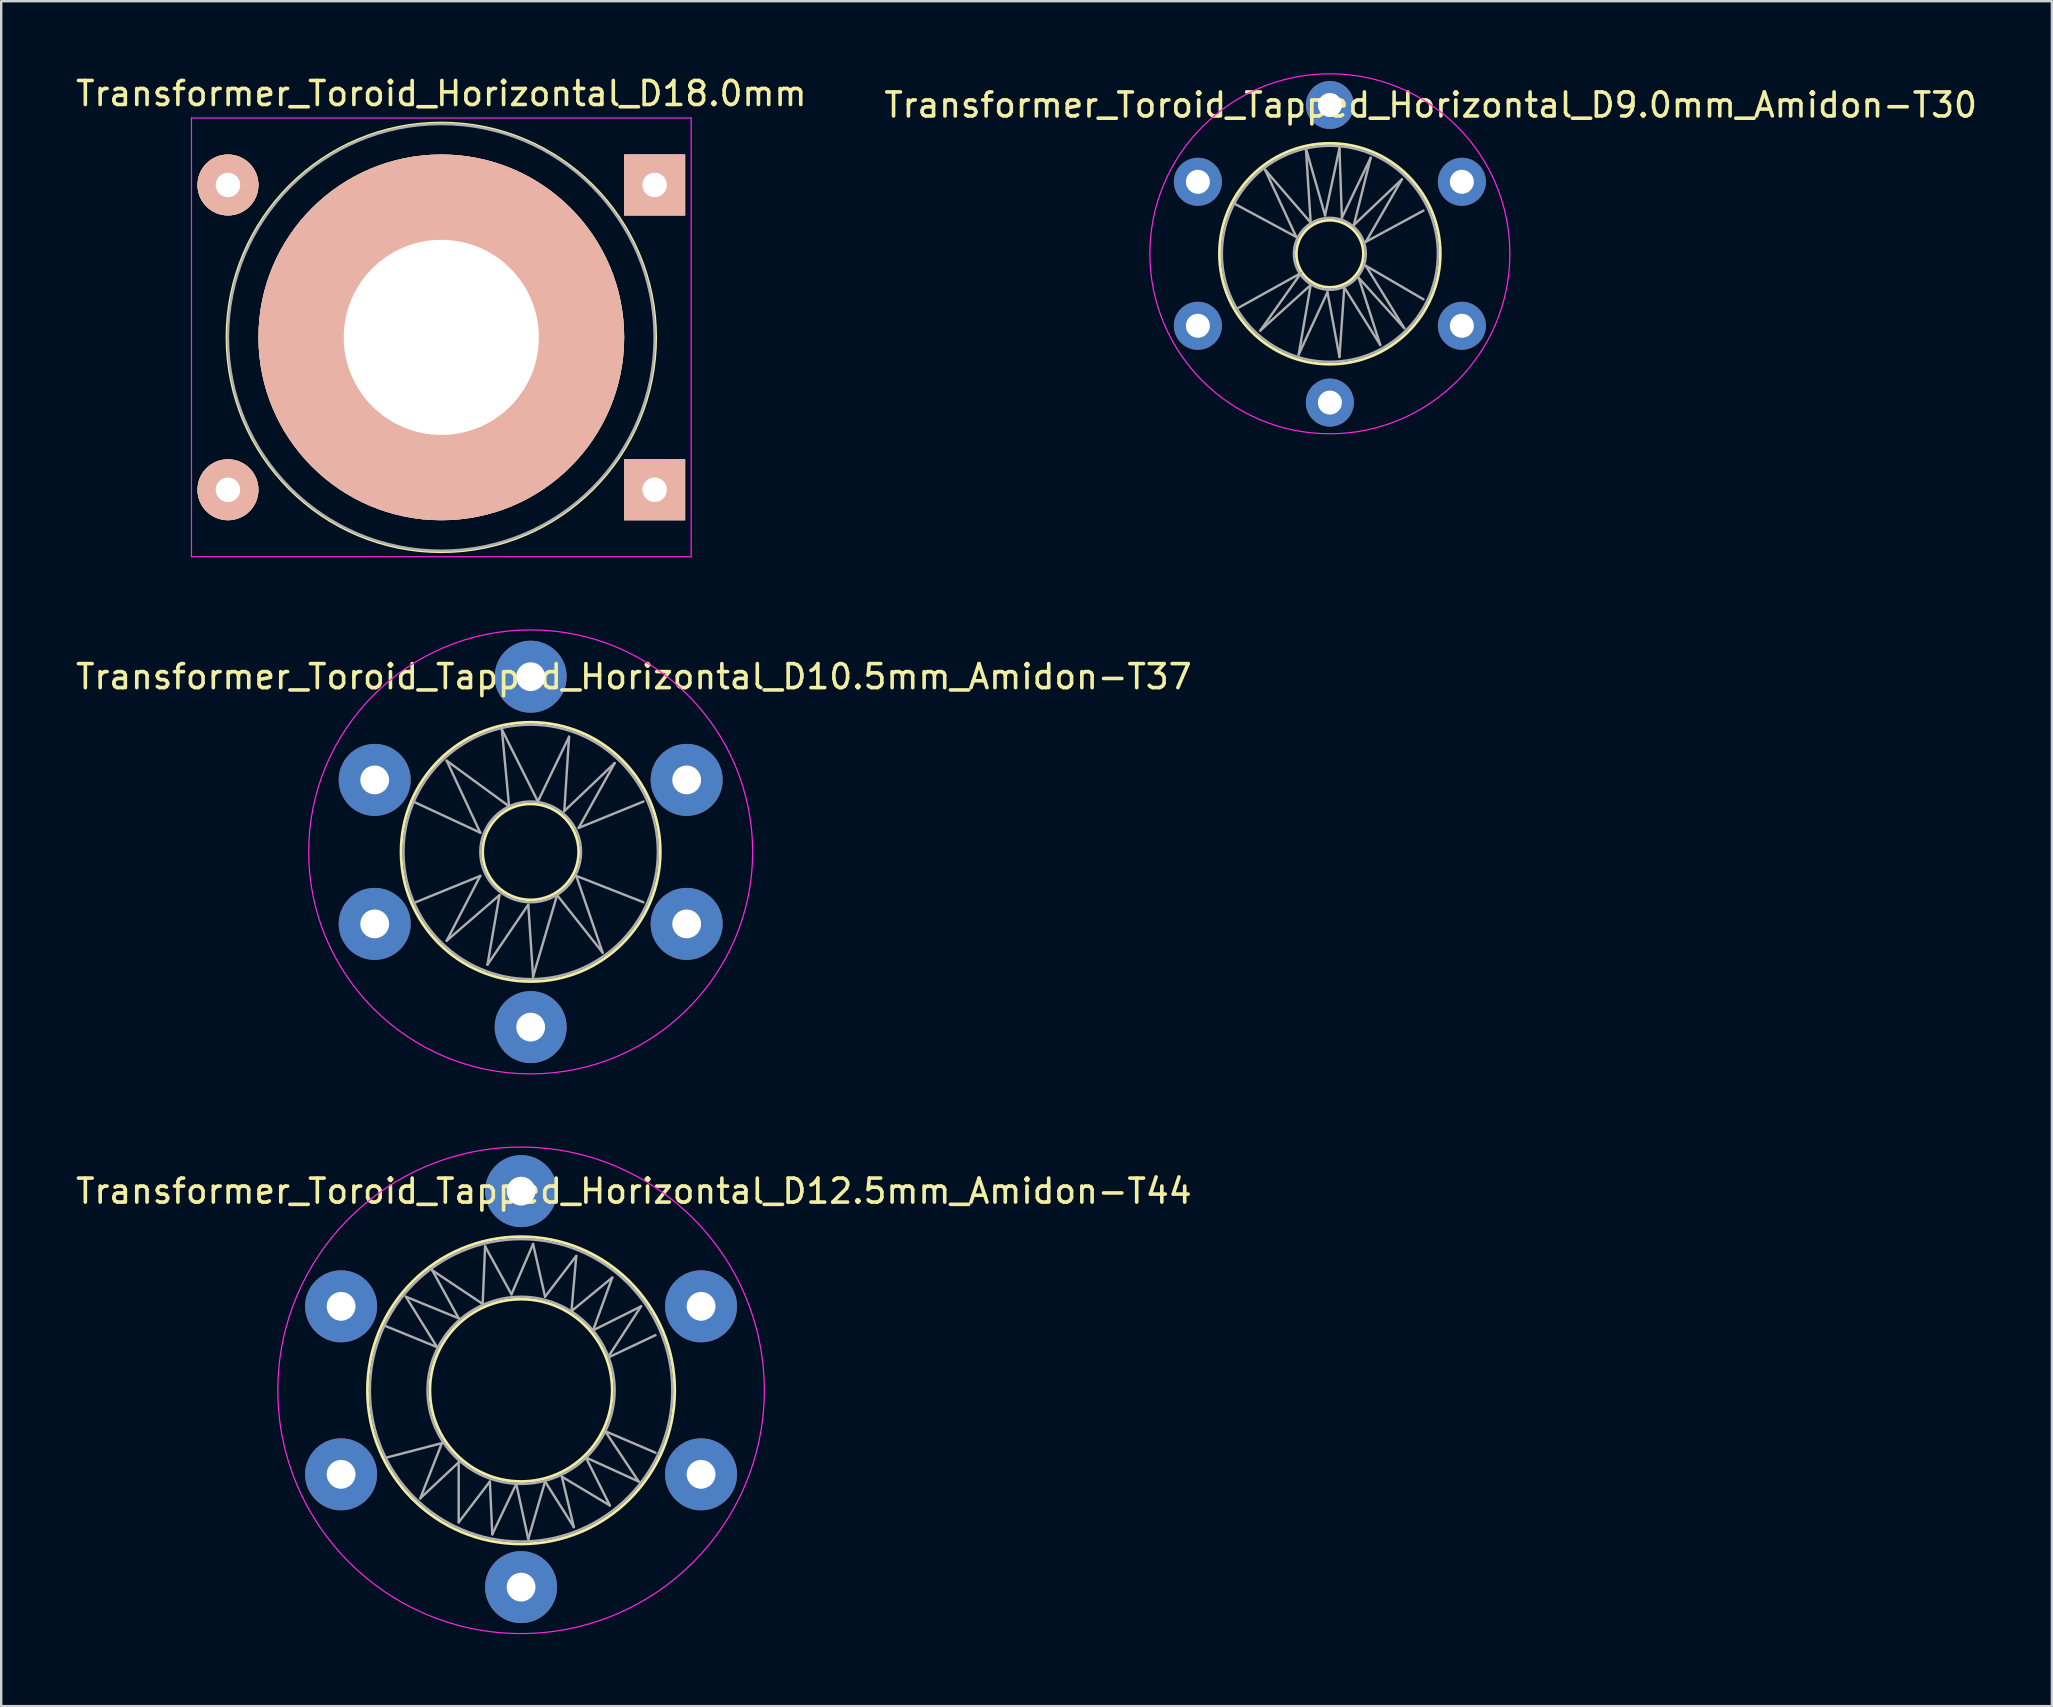
<source format=kicad_pcb>
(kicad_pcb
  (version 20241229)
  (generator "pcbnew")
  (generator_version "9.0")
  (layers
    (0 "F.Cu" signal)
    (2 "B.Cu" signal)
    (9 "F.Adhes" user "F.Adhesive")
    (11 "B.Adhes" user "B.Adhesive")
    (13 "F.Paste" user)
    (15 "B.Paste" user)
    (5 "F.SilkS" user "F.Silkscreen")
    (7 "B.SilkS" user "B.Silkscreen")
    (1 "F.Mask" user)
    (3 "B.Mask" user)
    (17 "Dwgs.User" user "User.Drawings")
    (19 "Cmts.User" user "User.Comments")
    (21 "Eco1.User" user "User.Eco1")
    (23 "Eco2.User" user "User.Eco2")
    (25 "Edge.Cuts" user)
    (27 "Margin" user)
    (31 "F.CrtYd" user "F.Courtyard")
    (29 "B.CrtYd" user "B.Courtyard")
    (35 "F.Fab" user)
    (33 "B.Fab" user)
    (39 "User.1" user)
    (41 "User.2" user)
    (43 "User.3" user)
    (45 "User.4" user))
  (footprint "Transformer_Toroid_Tapped_Horizontal_D9.0mm_Amidon-T30"
    (layer "F.Cu")
    (at 46.865 10.525)
    (property "Reference" "Transformer_Toroid_Tapped_Horizontal_D9.0mm_Amidon-T30" (at 9.7 -9.2 0) (layer "F.SilkS") (effects (font (size 1 1) (thickness 0.15))))
    (attr through_hole)
    (fp_circle (center 5.5 -3) (end 5.5 -7.6) (stroke (width 0.12) (type solid)) (fill no) (layer "F.SilkS"))
    (fp_circle (center 5.5 -3) (end 5.5 -4.4) (stroke (width 0.12) (type solid)) (fill no) (layer "F.SilkS"))
    (fp_circle (center 5.5 -3) (end 5.5 4.5) (stroke (width 0.05) (type solid)) (fill no) (layer "F.CrtYd"))
    (fp_line (start 1.5 -5.1) (end 4.1 -3.7) (stroke (width 0.1) (type solid)) (layer "F.Fab"))
    (fp_line (start 1.6 -0.7) (end 4.3 -2.2) (stroke (width 0.1) (type solid)) (layer "F.Fab"))
    (fp_line (start 2.6 0.2) (end 4.7 -1.7) (stroke (width 0.1) (type solid)) (layer "F.Fab"))
    (fp_line (start 2.8 -6.5) (end 4.7 -4.3) (stroke (width 0.1) (type solid)) (layer "F.Fab"))
    (fp_line (start 4.1 -3.7) (end 2.8 -6.5) (stroke (width 0.1) (type solid)) (layer "F.Fab"))
    (fp_line (start 4.2 1.2) (end 5.4 -1.4) (stroke (width 0.1) (type solid)) (layer "F.Fab"))
    (fp_line (start 4.3 -2.2) (end 2.6 0.2) (stroke (width 0.1) (type solid)) (layer "F.Fab"))
    (fp_line (start 4.5 -7.4) (end 5.3 -4.6) (stroke (width 0.1) (type solid)) (layer "F.Fab"))
    (fp_line (start 4.7 -4.3) (end 4.5 -7.4) (stroke (width 0.1) (type solid)) (layer "F.Fab"))
    (fp_line (start 4.7 -1.7) (end 4.2 1.2) (stroke (width 0.1) (type solid)) (layer "F.Fab"))
    (fp_line (start 5.3 -4.6) (end 5.9 -7.4) (stroke (width 0.1) (type solid)) (layer "F.Fab"))
    (fp_line (start 5.4 -1.4) (end 5.9 1.3) (stroke (width 0.1) (type solid)) (layer "F.Fab"))
    (fp_line (start 5.9 -7.4) (end 6 -4.5) (stroke (width 0.1) (type solid)) (layer "F.Fab"))
    (fp_line (start 5.9 1.3) (end 6.1 -1.6) (stroke (width 0.1) (type solid)) (layer "F.Fab"))
    (fp_line (start 6 -4.5) (end 7.2 -7) (stroke (width 0.1) (type solid)) (layer "F.Fab"))
    (fp_line (start 6.1 -1.6) (end 7.6 0.8) (stroke (width 0.1) (type solid)) (layer "F.Fab"))
    (fp_line (start 6.5 -4.2) (end 8.5 -6.1) (stroke (width 0.1) (type solid)) (layer "F.Fab"))
    (fp_line (start 6.7 -2) (end 8.6 0.1) (stroke (width 0.1) (type solid)) (layer "F.Fab"))
    (fp_line (start 7 -3.5) (end 9.4 -4.8) (stroke (width 0.1) (type solid)) (layer "F.Fab"))
    (fp_line (start 7 -2.5) (end 9.4 -1.1) (stroke (width 0.1) (type solid)) (layer "F.Fab"))
    (fp_line (start 7.2 -7) (end 6.5 -4.2) (stroke (width 0.1) (type solid)) (layer "F.Fab"))
    (fp_line (start 7.6 0.8) (end 6.7 -2) (stroke (width 0.1) (type solid)) (layer "F.Fab"))
    (fp_line (start 8.5 -6.1) (end 7 -3.5) (stroke (width 0.1) (type solid)) (layer "F.Fab"))
    (fp_line (start 8.6 0.1) (end 7 -2.5) (stroke (width 0.1) (type solid)) (layer "F.Fab"))
    (fp_circle (center 5.5 -3) (end 7 -3) (stroke (width 0.1) (type solid)) (fill no) (layer "F.Fab"))
    (fp_circle (center 5.5 -3) (end 10 -3) (stroke (width 0.1) (type solid)) (fill no) (layer "F.Fab"))
    (pad "1" thru_hole circle (at 0 0) (size 2 2) (drill 1) (layers "*.Cu" "*.Mask"))
    (pad "2" thru_hole circle (at 5.5 3.2) (size 2 2) (drill 1) (layers "*.Cu" "*.Mask"))
    (pad "3" thru_hole circle (at 11 0) (size 2 2) (drill 1) (layers "*.Cu" "*.Mask"))
    (pad "4" thru_hole circle (at 0 -6) (size 2 2) (drill 1) (layers "*.Cu" "*.Mask"))
    (pad "5" thru_hole circle (at 5.5 -9.2) (size 2 2) (drill 1) (layers "*.Cu" "*.Mask"))
    (pad "6" thru_hole circle (at 11 -6) (size 2 2) (drill 1) (layers "*.Cu" "*.Mask")))
  (footprint "Transformer_Toroid_Horizontal_D18.0mm"
    (layer "F.Cu")
    (at 6.449 4.658)
    (property "Reference" "Transformer_Toroid_Horizontal_D18.0mm" (at 8.89 -3.81 0) (layer "F.SilkS") (effects (font (size 1 1) (thickness 0.15))))
    (attr through_hole)
    (fp_circle (center 8.89 6.35) (end 17.49 8.75) (stroke (width 0.12) (type solid)) (fill no) (layer "F.SilkS"))
    (fp_line (start -1.52 -2.79) (end -1.52 15.49) (stroke (width 0.05) (type solid)) (layer "F.CrtYd"))
    (fp_line (start -1.52 -2.79) (end 19.3 -2.79) (stroke (width 0.05) (type solid)) (layer "F.CrtYd"))
    (fp_line (start 19.3 15.49) (end -1.52 15.49) (stroke (width 0.05) (type solid)) (layer "F.CrtYd"))
    (fp_line (start 19.3 15.49) (end 19.3 -2.79) (stroke (width 0.05) (type solid)) (layer "F.CrtYd"))
    (fp_circle (center 8.89 6.35) (end 17.78 6.35) (stroke (width 0.1) (type solid)) (fill no) (layer "F.Fab"))
    (pad "" thru_hole circle (at 8.89 6.35) (size 15.24 15.24) (drill 8.13) (layers "*.Cu" "*.SilkS" "*.Mask"))
    (pad "1" thru_hole circle (at 0 0) (size 2.54 2.54) (drill 1.02) (layers "*.Cu" "*.SilkS" "*.Mask"))
    (pad "2" thru_hole circle (at 0 12.7) (size 2.54 2.54) (drill 1.02) (layers "*.Cu" "*.SilkS" "*.Mask"))
    (pad "3" thru_hole rect (at 17.78 0) (size 2.54 2.54) (drill 1.02) (layers "*.Cu" "*.SilkS" "*.Mask"))
    (pad "4" thru_hole rect (at 17.78 12.7) (size 2.54 2.54) (drill 1.02) (layers "*.Cu" "*.SilkS" "*.Mask")))
  (footprint "Transformer_Toroid_Tapped_Horizontal_D12.5mm_Amidon-T44"
    (layer "F.Cu")
    (at 11.163 58.384)
    (property "Reference" "Transformer_Toroid_Tapped_Horizontal_D12.5mm_Amidon-T44" (at 12.2 -11.8 0) (layer "F.SilkS") (effects (font (size 1 1) (thickness 0.15))))
    (attr through_hole)
    (fp_circle (center 7.5 -3.5) (end 11.3 -3.5) (stroke (width 0.12) (type solid)) (fill no) (layer "F.SilkS"))
    (fp_circle (center 7.5 -3.5) (end 13.9 -3.4) (stroke (width 0.12) (type solid)) (fill no) (layer "F.SilkS"))
    (fp_circle (center 7.5 -3.5) (end 16.2 1.7) (stroke (width 0.05) (type solid)) (fill no) (layer "F.CrtYd"))
    (fp_line (start 1.8 -6.2) (end 4 -5.3) (stroke (width 0.1) (type solid)) (layer "F.Fab"))
    (fp_line (start 1.9 -0.7) (end 4.2 -1.3) (stroke (width 0.1) (type solid)) (layer "F.Fab"))
    (fp_line (start 2.7 -7.4) (end 4.9 -6.5) (stroke (width 0.1) (type solid)) (layer "F.Fab"))
    (fp_line (start 3.3 1) (end 4.9 -0.5) (stroke (width 0.1) (type solid)) (layer "F.Fab"))
    (fp_line (start 3.8 -8.5) (end 5.9 -7.1) (stroke (width 0.1) (type solid)) (layer "F.Fab"))
    (fp_line (start 4 -5.3) (end 2.7 -7.4) (stroke (width 0.1) (type solid)) (layer "F.Fab"))
    (fp_line (start 4.2 -1.3) (end 3.3 1) (stroke (width 0.1) (type solid)) (layer "F.Fab"))
    (fp_line (start 4.9 -6.5) (end 3.8 -8.5) (stroke (width 0.1) (type solid)) (layer "F.Fab"))
    (fp_line (start 4.9 -0.5) (end 4.9 2) (stroke (width 0.1) (type solid)) (layer "F.Fab"))
    (fp_line (start 4.9 2) (end 6.2 0.3) (stroke (width 0.1) (type solid)) (layer "F.Fab"))
    (fp_line (start 5.9 -7.1) (end 6 -9.5) (stroke (width 0.1) (type solid)) (layer "F.Fab"))
    (fp_line (start 6 -9.5) (end 7.1 -7.5) (stroke (width 0.1) (type solid)) (layer "F.Fab"))
    (fp_line (start 6.2 0.3) (end 6.3 2.5) (stroke (width 0.1) (type solid)) (layer "F.Fab"))
    (fp_line (start 6.3 2.5) (end 7.3 0.4) (stroke (width 0.1) (type solid)) (layer "F.Fab"))
    (fp_line (start 7.1 -7.5) (end 8 -9.6) (stroke (width 0.1) (type solid)) (layer "F.Fab"))
    (fp_line (start 7.3 0.4) (end 7.8 2.7) (stroke (width 0.1) (type solid)) (layer "F.Fab"))
    (fp_line (start 7.8 2.7) (end 8.5 0.3) (stroke (width 0.1) (type solid)) (layer "F.Fab"))
    (fp_line (start 8 -9.6) (end 8.5 -7.4) (stroke (width 0.1) (type solid)) (layer "F.Fab"))
    (fp_line (start 8.5 -7.4) (end 9.8 -9.1) (stroke (width 0.1) (type solid)) (layer "F.Fab"))
    (fp_line (start 8.5 0.3) (end 9.7 2.2) (stroke (width 0.1) (type solid)) (layer "F.Fab"))
    (fp_line (start 9.2 0.1) (end 11.2 1.3) (stroke (width 0.1) (type solid)) (layer "F.Fab"))
    (fp_line (start 9.6 -6.8) (end 11.3 -8.2) (stroke (width 0.1) (type solid)) (layer "F.Fab"))
    (fp_line (start 9.7 2.2) (end 9.2 0.1) (stroke (width 0.1) (type solid)) (layer "F.Fab"))
    (fp_line (start 9.8 -9.1) (end 9.6 -6.8) (stroke (width 0.1) (type solid)) (layer "F.Fab"))
    (fp_line (start 10.2 -0.7) (end 12.4 0.3) (stroke (width 0.1) (type solid)) (layer "F.Fab"))
    (fp_line (start 10.5 -6) (end 12.5 -7) (stroke (width 0.1) (type solid)) (layer "F.Fab"))
    (fp_line (start 11 -1.8) (end 13.1 -0.9) (stroke (width 0.1) (type solid)) (layer "F.Fab"))
    (fp_line (start 11.2 -4.9) (end 13.1 -5.8) (stroke (width 0.1) (type solid)) (layer "F.Fab"))
    (fp_line (start 11.2 1.3) (end 10.2 -0.7) (stroke (width 0.1) (type solid)) (layer "F.Fab"))
    (fp_line (start 11.3 -8.2) (end 10.5 -6) (stroke (width 0.1) (type solid)) (layer "F.Fab"))
    (fp_line (start 12.4 0.3) (end 11 -1.8) (stroke (width 0.1) (type solid)) (layer "F.Fab"))
    (fp_line (start 12.5 -7) (end 11.2 -5) (stroke (width 0.1) (type solid)) (layer "F.Fab"))
    (fp_circle (center 7.5 -3.5) (end 11.4 -3.5) (stroke (width 0.1) (type solid)) (fill no) (layer "F.Fab"))
    (fp_circle (center 7.5 -3.5) (end 13.8 -3.5) (stroke (width 0.1) (type solid)) (fill no) (layer "F.Fab"))
    (pad "1" thru_hole circle (at 0 0) (size 3 3) (drill 1.2) (layers "*.Cu" "*.Mask"))
    (pad "2" thru_hole circle (at 7.5 4.7) (size 3 3) (drill 1.2) (layers "*.Cu" "*.Mask"))
    (pad "3" thru_hole circle (at 15 0) (size 3 3) (drill 1.2) (layers "*.Cu" "*.Mask"))
    (pad "4" thru_hole circle (at 0 -7) (size 3 3) (drill 1.2) (layers "*.Cu" "*.Mask"))
    (pad "5" thru_hole circle (at 7.5 -11.8) (size 3 3) (drill 1.2) (layers "*.Cu" "*.Mask"))
    (pad "6" thru_hole circle (at 15 -7) (size 3 3) (drill 1.2) (layers "*.Cu" "*.Mask")))
  (footprint "Transformer_Toroid_Tapped_Horizontal_D10.5mm_Amidon-T37"
    (layer "F.Cu")
    (at 12.563 35.448)
    (property "Reference" "Transformer_Toroid_Tapped_Horizontal_D10.5mm_Amidon-T37" (at 10.8 -10.3 0) (layer "F.SilkS") (effects (font (size 1 1) (thickness 0.15))))
    (attr through_hole)
    (fp_circle (center 6.5 -3) (end 8.5 -3.1) (stroke (width 0.12) (type solid)) (fill no) (layer "F.SilkS"))
    (fp_circle (center 6.5 -3) (end 11.9 -3) (stroke (width 0.12) (type solid)) (fill no) (layer "F.SilkS"))
    (fp_circle (center 6.5 -3) (end 6.5 -12.25) (stroke (width 0.05) (type solid)) (fill no) (layer "F.CrtYd"))
    (fp_line (start 1.6 -5.1) (end 4.4 -3.8) (stroke (width 0.1) (type solid)) (layer "F.Fab"))
    (fp_line (start 1.7 -0.9) (end 4.4 -2) (stroke (width 0.1) (type solid)) (layer "F.Fab"))
    (fp_line (start 3 -6.8) (end 5.6 -4.9) (stroke (width 0.1) (type solid)) (layer "F.Fab"))
    (fp_line (start 3 0.7) (end 5.2 -1.2) (stroke (width 0.1) (type solid)) (layer "F.Fab"))
    (fp_line (start 4.4 -3.8) (end 3 -6.8) (stroke (width 0.1) (type solid)) (layer "F.Fab"))
    (fp_line (start 4.4 -2) (end 3 0.7) (stroke (width 0.1) (type solid)) (layer "F.Fab"))
    (fp_line (start 4.7 1.7) (end 6.4 -0.8) (stroke (width 0.1) (type solid)) (layer "F.Fab"))
    (fp_line (start 5.2 -1.2) (end 4.7 1.7) (stroke (width 0.1) (type solid)) (layer "F.Fab"))
    (fp_line (start 5.3 -8.1) (end 6.8 -5.1) (stroke (width 0.1) (type solid)) (layer "F.Fab"))
    (fp_line (start 5.6 -4.9) (end 5.3 -8.1) (stroke (width 0.1) (type solid)) (layer "F.Fab"))
    (fp_line (start 6.4 -0.8) (end 6.6 2.2) (stroke (width 0.1) (type solid)) (layer "F.Fab"))
    (fp_line (start 6.6 2.2) (end 7.6 -1.2) (stroke (width 0.1) (type solid)) (layer "F.Fab"))
    (fp_line (start 6.8 -5.1) (end 8.1 -7.8) (stroke (width 0.1) (type solid)) (layer "F.Fab"))
    (fp_line (start 7.6 -1.2) (end 9.5 1.2) (stroke (width 0.1) (type solid)) (layer "F.Fab"))
    (fp_line (start 7.9 -4.7) (end 10 -6.7) (stroke (width 0.1) (type solid)) (layer "F.Fab"))
    (fp_line (start 8.1 -7.8) (end 7.9 -4.7) (stroke (width 0.1) (type solid)) (layer "F.Fab"))
    (fp_line (start 8.4 -2) (end 11.2 -0.9) (stroke (width 0.1) (type solid)) (layer "F.Fab"))
    (fp_line (start 8.5 -4) (end 11.2 -5.1) (stroke (width 0.1) (type solid)) (layer "F.Fab"))
    (fp_line (start 9.5 1.2) (end 8.4 -2) (stroke (width 0.1) (type solid)) (layer "F.Fab"))
    (fp_line (start 10 -6.7) (end 8.5 -4) (stroke (width 0.1) (type solid)) (layer "F.Fab"))
    (fp_circle (center 6.5 -3) (end 8.6 -3) (stroke (width 0.1) (type solid)) (fill no) (layer "F.Fab"))
    (fp_circle (center 6.5 -3) (end 11.8 -3) (stroke (width 0.1) (type solid)) (fill no) (layer "F.Fab"))
    (pad "1" thru_hole circle (at 0 0) (size 3 3) (drill 1.2) (layers "*.Cu" "*.Mask"))
    (pad "2" thru_hole circle (at 6.5 4.3) (size 3 3) (drill 1.2) (layers "*.Cu" "*.Mask"))
    (pad "3" thru_hole circle (at 13 0) (size 3 3) (drill 1.2) (layers "*.Cu" "*.Mask"))
    (pad "4" thru_hole circle (at 0 -6) (size 3 3) (drill 1.2) (layers "*.Cu" "*.Mask"))
    (pad "5" thru_hole circle (at 6.5 -10.3) (size 3 3) (drill 1.2) (layers "*.Cu" "*.Mask"))
    (pad "6" thru_hole circle (at 13 -6) (size 3 3) (drill 1.2) (layers "*.Cu" "*.Mask")))
  (gr_rect
    (start -3 -3)
    (end 82.452 68.044)
    (stroke (width 0.1) (type default))
    (fill no)
    (layer "Edge.Cuts")))
</source>
